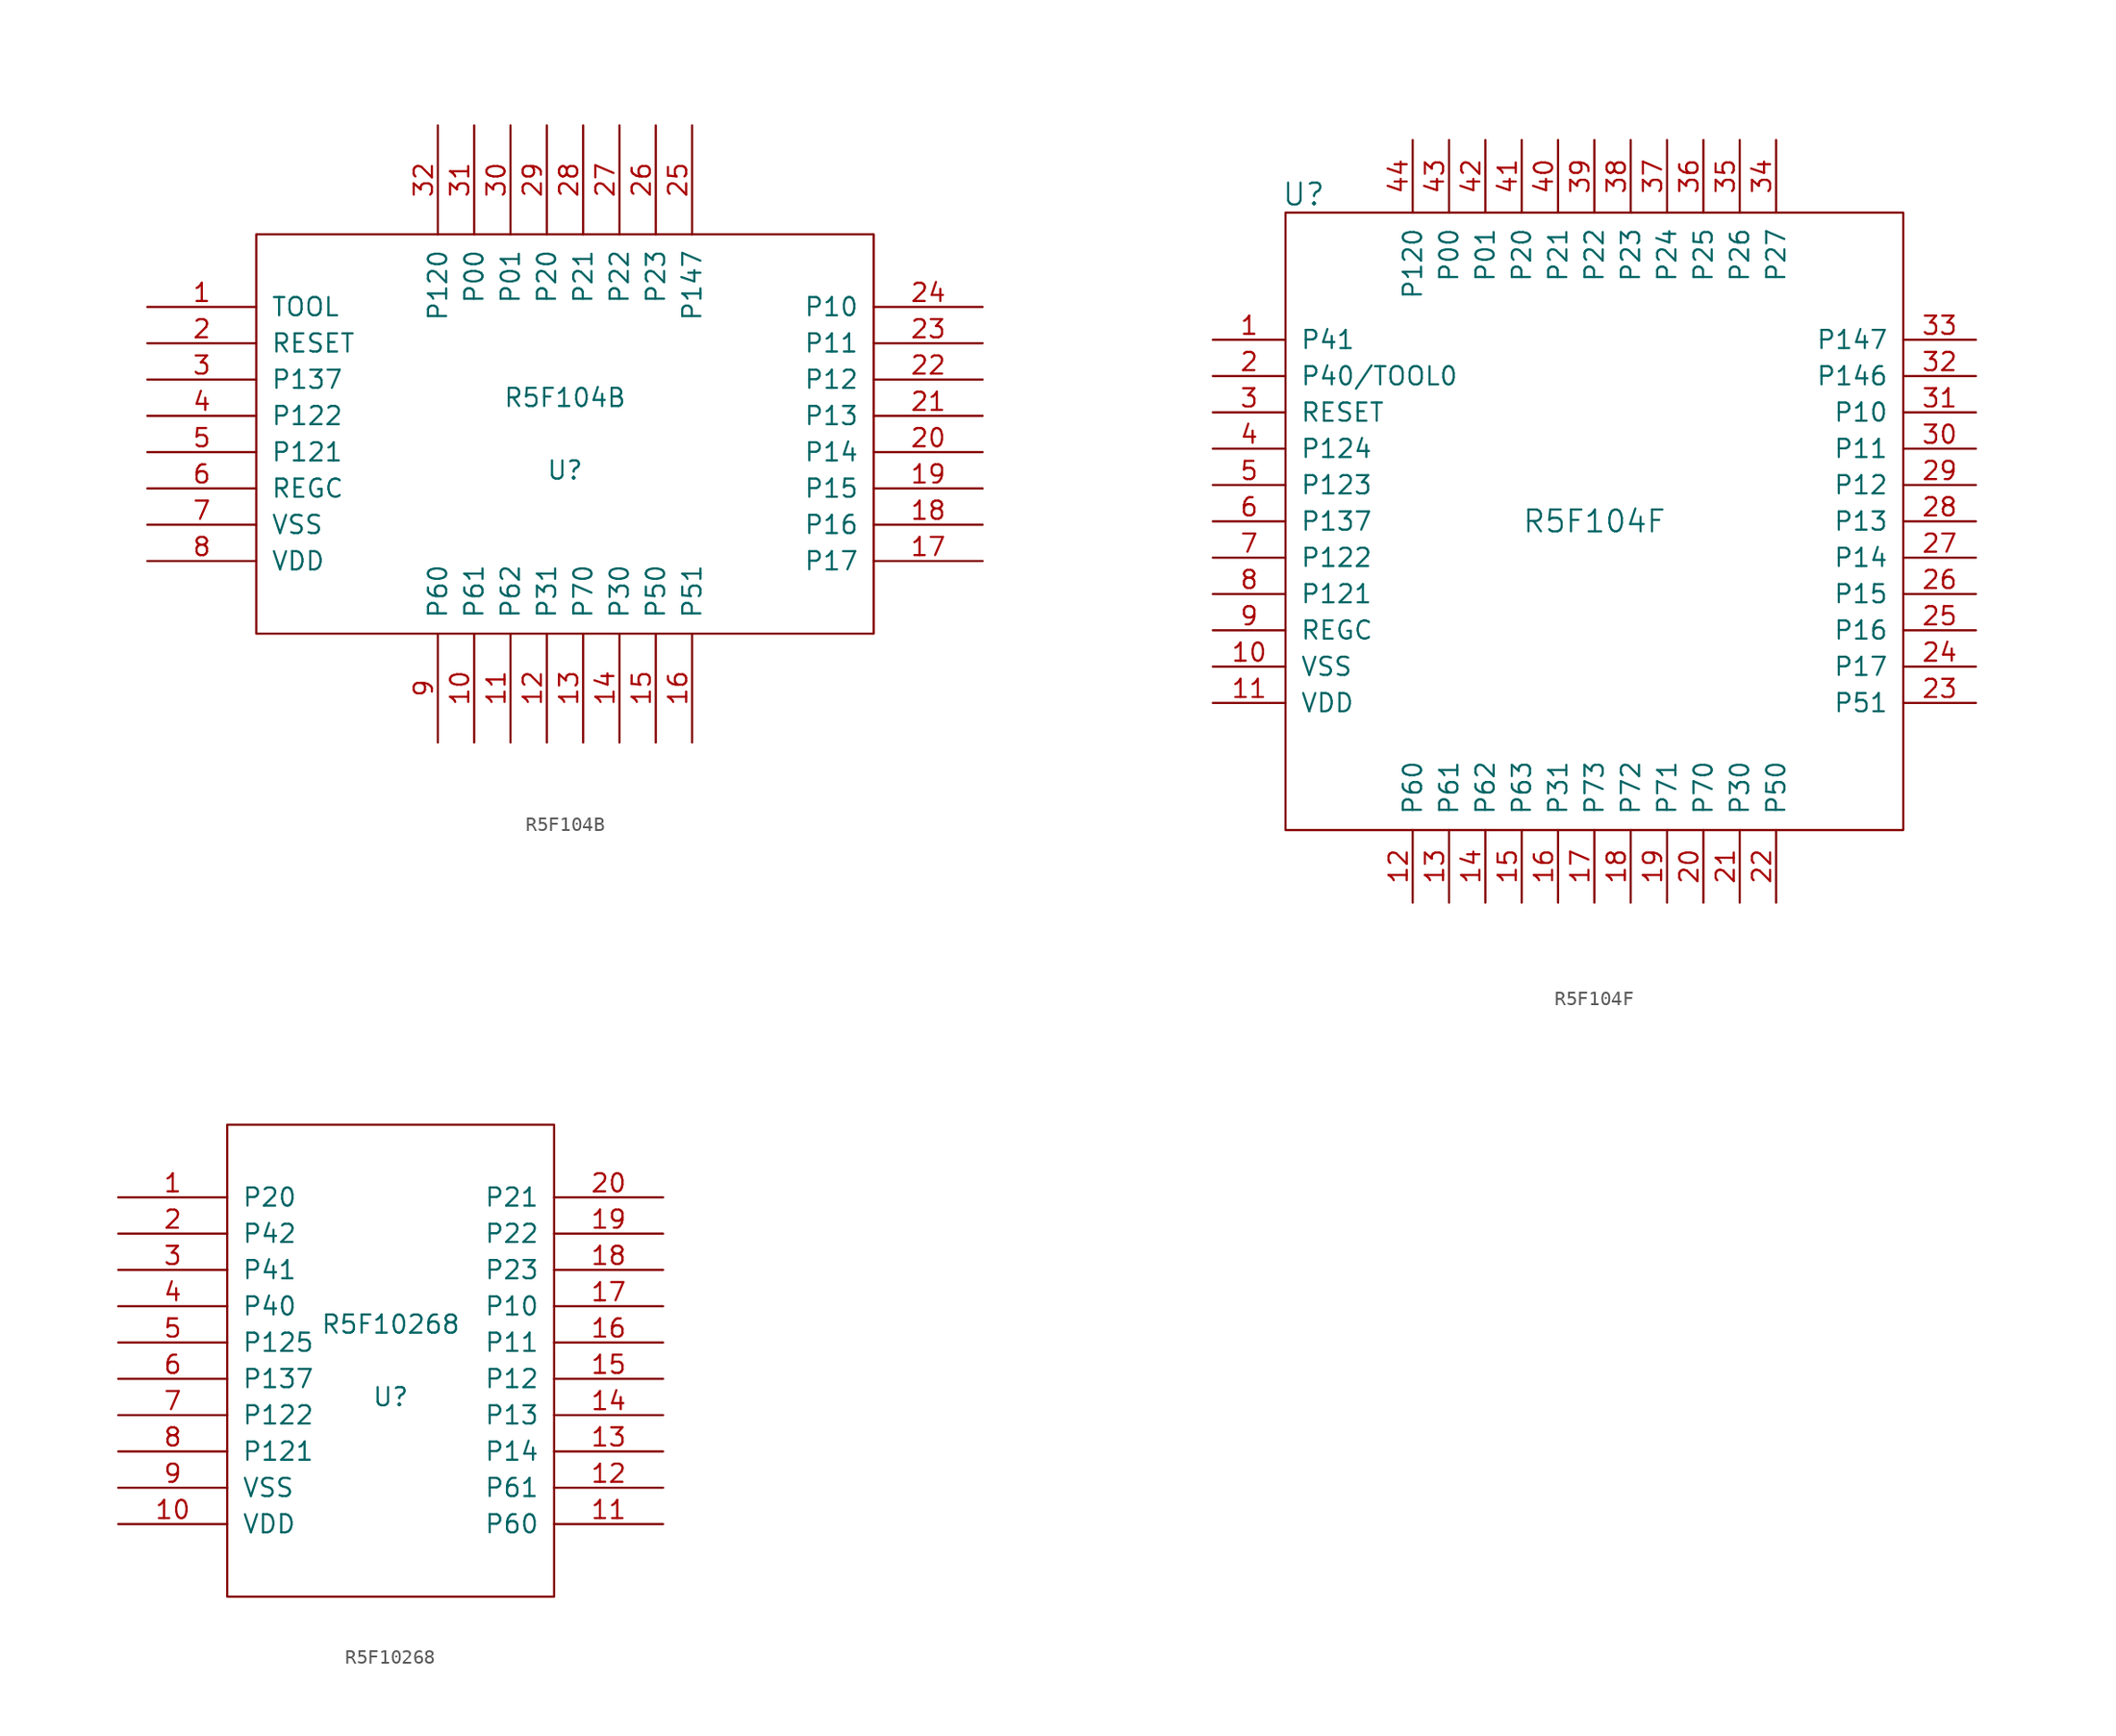
<source format=kicad_sym>
(kicad_symbol_lib
  (version 20211014)
  (generator kicad_symbol_editor)
  (symbol "R5F104B"
    (pin_names
      (offset 1.016))
    (property "Reference" "U"
      (at 0 -2.54 0)
      (effects (font (size 1.27 1.27))))
    (property "Value" "R5F104B"
      (at 0 2.54 0)
      (effects (font (size 1.27 1.27))))
    (symbol "R5F104B_1_0"
      (rectangle (start -21.59 -13.97) (end 21.59 13.97) (stroke (width 0) (type default) (color 0 0 0 0)) (fill (type none))))
    (symbol "R5F104B_1_1"
      (pin input line (at -29.21 8.89 0) (length 7.62) (name "TOOL" (effects (font (size 1.27 1.27)))) (number "1" (effects (font (size 1.27 1.27)))))
      (pin input line (at -6.35 -21.59 90) (length 7.62) (name "P61" (effects (font (size 1.27 1.27)))) (number "10" (effects (font (size 1.27 1.27)))))
      (pin input line (at -3.81 -21.59 90) (length 7.62) (name "P62" (effects (font (size 1.27 1.27)))) (number "11" (effects (font (size 1.27 1.27)))))
      (pin input line (at -1.27 -21.59 90) (length 7.62) (name "P31" (effects (font (size 1.27 1.27)))) (number "12" (effects (font (size 1.27 1.27)))))
      (pin input line (at 1.27 -21.59 90) (length 7.62) (name "P70" (effects (font (size 1.27 1.27)))) (number "13" (effects (font (size 1.27 1.27)))))
      (pin input line (at 3.81 -21.59 90) (length 7.62) (name "P30" (effects (font (size 1.27 1.27)))) (number "14" (effects (font (size 1.27 1.27)))))
      (pin input line (at 6.35 -21.59 90) (length 7.62) (name "P50" (effects (font (size 1.27 1.27)))) (number "15" (effects (font (size 1.27 1.27)))))
      (pin input line (at 8.89 -21.59 90) (length 7.62) (name "P51" (effects (font (size 1.27 1.27)))) (number "16" (effects (font (size 1.27 1.27)))))
      (pin input line (at 29.21 -8.89 180) (length 7.62) (name "P17" (effects (font (size 1.27 1.27)))) (number "17" (effects (font (size 1.27 1.27)))))
      (pin input line (at 29.21 -6.35 180) (length 7.62) (name "P16" (effects (font (size 1.27 1.27)))) (number "18" (effects (font (size 1.27 1.27)))))
      (pin input line (at 29.21 -3.81 180) (length 7.62) (name "P15" (effects (font (size 1.27 1.27)))) (number "19" (effects (font (size 1.27 1.27)))))
      (pin input line (at -29.21 6.35 0) (length 7.62) (name "RESET" (effects (font (size 1.27 1.27)))) (number "2" (effects (font (size 1.27 1.27)))))
      (pin input line (at 29.21 -1.27 180) (length 7.62) (name "P14" (effects (font (size 1.27 1.27)))) (number "20" (effects (font (size 1.27 1.27)))))
      (pin input line (at 29.21 1.27 180) (length 7.62) (name "P13" (effects (font (size 1.27 1.27)))) (number "21" (effects (font (size 1.27 1.27)))))
      (pin input line (at 29.21 3.81 180) (length 7.62) (name "P12" (effects (font (size 1.27 1.27)))) (number "22" (effects (font (size 1.27 1.27)))))
      (pin input line (at 29.21 6.35 180) (length 7.62) (name "P11" (effects (font (size 1.27 1.27)))) (number "23" (effects (font (size 1.27 1.27)))))
      (pin input line (at 29.21 8.89 180) (length 7.62) (name "P10" (effects (font (size 1.27 1.27)))) (number "24" (effects (font (size 1.27 1.27)))))
      (pin input line (at 8.89 21.59 270) (length 7.62) (name "P147" (effects (font (size 1.27 1.27)))) (number "25" (effects (font (size 1.27 1.27)))))
      (pin input line (at 6.35 21.59 270) (length 7.62) (name "P23" (effects (font (size 1.27 1.27)))) (number "26" (effects (font (size 1.27 1.27)))))
      (pin input line (at 3.81 21.59 270) (length 7.62) (name "P22" (effects (font (size 1.27 1.27)))) (number "27" (effects (font (size 1.27 1.27)))))
      (pin input line (at 1.27 21.59 270) (length 7.62) (name "P21" (effects (font (size 1.27 1.27)))) (number "28" (effects (font (size 1.27 1.27)))))
      (pin input line (at -1.27 21.59 270) (length 7.62) (name "P20" (effects (font (size 1.27 1.27)))) (number "29" (effects (font (size 1.27 1.27)))))
      (pin input line (at -29.21 3.81 0) (length 7.62) (name "P137" (effects (font (size 1.27 1.27)))) (number "3" (effects (font (size 1.27 1.27)))))
      (pin input line (at -3.81 21.59 270) (length 7.62) (name "P01" (effects (font (size 1.27 1.27)))) (number "30" (effects (font (size 1.27 1.27)))))
      (pin input line (at -6.35 21.59 270) (length 7.62) (name "P00" (effects (font (size 1.27 1.27)))) (number "31" (effects (font (size 1.27 1.27)))))
      (pin input line (at -8.89 21.59 270) (length 7.62) (name "P120" (effects (font (size 1.27 1.27)))) (number "32" (effects (font (size 1.27 1.27)))))
      (pin input line (at -29.21 1.27 0) (length 7.62) (name "P122" (effects (font (size 1.27 1.27)))) (number "4" (effects (font (size 1.27 1.27)))))
      (pin input line (at -29.21 -1.27 0) (length 7.62) (name "P121" (effects (font (size 1.27 1.27)))) (number "5" (effects (font (size 1.27 1.27)))))
      (pin input line (at -29.21 -3.81 0) (length 7.62) (name "REGC" (effects (font (size 1.27 1.27)))) (number "6" (effects (font (size 1.27 1.27)))))
      (pin input line (at -29.21 -6.35 0) (length 7.62) (name "VSS" (effects (font (size 1.27 1.27)))) (number "7" (effects (font (size 1.27 1.27)))))
      (pin input line (at -29.21 -8.89 0) (length 7.62) (name "VDD" (effects (font (size 1.27 1.27)))) (number "8" (effects (font (size 1.27 1.27)))))
      (pin input line (at -8.89 -21.59 90) (length 7.62) (name "P60" (effects (font (size 1.27 1.27)))) (number "9" (effects (font (size 1.27 1.27)))))))
  (symbol "R5F104F"
    (pin_names
      (offset 1.016))
    (property "Reference" "U"
      (at -20.32 22.86 0)
      (effects (font (size 1.524 1.524))))
    (property "Value" "R5F104F"
      (at 0 0 0)
      (effects (font (size 1.524 1.524))))
    (symbol "R5F104F_0_1"
      (rectangle (start -21.59 21.59) (end 21.59 -21.59) (stroke (width 0) (type default) (color 0 0 0 0)) (fill (type none))))
    (symbol "R5F104F_1_1"
      (pin input line (at -26.67 12.7 0) (length 5.08) (name "P41" (effects (font (size 1.27 1.27)))) (number "1" (effects (font (size 1.27 1.27)))))
      (pin power_in line (at -26.67 -10.16 0) (length 5.08) (name "VSS" (effects (font (size 1.27 1.27)))) (number "10" (effects (font (size 1.27 1.27)))))
      (pin power_in line (at -26.67 -12.7 0) (length 5.08) (name "VDD" (effects (font (size 1.27 1.27)))) (number "11" (effects (font (size 1.27 1.27)))))
      (pin input line (at -12.7 -26.67 90) (length 5.08) (name "P60" (effects (font (size 1.27 1.27)))) (number "12" (effects (font (size 1.27 1.27)))))
      (pin input line (at -10.16 -26.67 90) (length 5.08) (name "P61" (effects (font (size 1.27 1.27)))) (number "13" (effects (font (size 1.27 1.27)))))
      (pin input line (at -7.62 -26.67 90) (length 5.08) (name "P62" (effects (font (size 1.27 1.27)))) (number "14" (effects (font (size 1.27 1.27)))))
      (pin input line (at -5.08 -26.67 90) (length 5.08) (name "P63" (effects (font (size 1.27 1.27)))) (number "15" (effects (font (size 1.27 1.27)))))
      (pin output line (at -2.54 -26.67 90) (length 5.08) (name "P31" (effects (font (size 1.27 1.27)))) (number "16" (effects (font (size 1.27 1.27)))))
      (pin input line (at 0 -26.67 90) (length 5.08) (name "P73" (effects (font (size 1.27 1.27)))) (number "17" (effects (font (size 1.27 1.27)))))
      (pin input line (at 2.54 -26.67 90) (length 5.08) (name "P72" (effects (font (size 1.27 1.27)))) (number "18" (effects (font (size 1.27 1.27)))))
      (pin input line (at 5.08 -26.67 90) (length 5.08) (name "P71" (effects (font (size 1.27 1.27)))) (number "19" (effects (font (size 1.27 1.27)))))
      (pin bidirectional line (at -26.67 10.16 0) (length 5.08) (name "P40/TOOL0" (effects (font (size 1.27 1.27)))) (number "2" (effects (font (size 1.27 1.27)))))
      (pin input line (at 7.62 -26.67 90) (length 5.08) (name "P70" (effects (font (size 1.27 1.27)))) (number "20" (effects (font (size 1.27 1.27)))))
      (pin output line (at 10.16 -26.67 90) (length 5.08) (name "P30" (effects (font (size 1.27 1.27)))) (number "21" (effects (font (size 1.27 1.27)))))
      (pin input line (at 12.7 -26.67 90) (length 5.08) (name "P50" (effects (font (size 1.27 1.27)))) (number "22" (effects (font (size 1.27 1.27)))))
      (pin output line (at 26.67 -12.7 180) (length 5.08) (name "P51" (effects (font (size 1.27 1.27)))) (number "23" (effects (font (size 1.27 1.27)))))
      (pin input line (at 26.67 -10.16 180) (length 5.08) (name "P17" (effects (font (size 1.27 1.27)))) (number "24" (effects (font (size 1.27 1.27)))))
      (pin input line (at 26.67 -7.62 180) (length 5.08) (name "P16" (effects (font (size 1.27 1.27)))) (number "25" (effects (font (size 1.27 1.27)))))
      (pin output line (at 26.67 -5.08 180) (length 5.08) (name "P15" (effects (font (size 1.27 1.27)))) (number "26" (effects (font (size 1.27 1.27)))))
      (pin input line (at 26.67 -2.54 180) (length 5.08) (name "P14" (effects (font (size 1.27 1.27)))) (number "27" (effects (font (size 1.27 1.27)))))
      (pin output line (at 26.67 0 180) (length 5.08) (name "P13" (effects (font (size 1.27 1.27)))) (number "28" (effects (font (size 1.27 1.27)))))
      (pin output line (at 26.67 2.54 180) (length 5.08) (name "P12" (effects (font (size 1.27 1.27)))) (number "29" (effects (font (size 1.27 1.27)))))
      (pin input line (at -26.67 7.62 0) (length 5.08) (name "RESET" (effects (font (size 1.27 1.27)))) (number "3" (effects (font (size 1.27 1.27)))))
      (pin output line (at 26.67 5.08 180) (length 5.08) (name "P11" (effects (font (size 1.27 1.27)))) (number "30" (effects (font (size 1.27 1.27)))))
      (pin output line (at 26.67 7.62 180) (length 5.08) (name "P10" (effects (font (size 1.27 1.27)))) (number "31" (effects (font (size 1.27 1.27)))))
      (pin input line (at 26.67 10.16 180) (length 5.08) (name "P146" (effects (font (size 1.27 1.27)))) (number "32" (effects (font (size 1.27 1.27)))))
      (pin input line (at 26.67 12.7 180) (length 5.08) (name "P147" (effects (font (size 1.27 1.27)))) (number "33" (effects (font (size 1.27 1.27)))))
      (pin input line (at 12.7 26.67 270) (length 5.08) (name "P27" (effects (font (size 1.27 1.27)))) (number "34" (effects (font (size 1.27 1.27)))))
      (pin input line (at 10.16 26.67 270) (length 5.08) (name "P26" (effects (font (size 1.27 1.27)))) (number "35" (effects (font (size 1.27 1.27)))))
      (pin input line (at 7.62 26.67 270) (length 5.08) (name "P25" (effects (font (size 1.27 1.27)))) (number "36" (effects (font (size 1.27 1.27)))))
      (pin input line (at 5.08 26.67 270) (length 5.08) (name "P24" (effects (font (size 1.27 1.27)))) (number "37" (effects (font (size 1.27 1.27)))))
      (pin input line (at 2.54 26.67 270) (length 5.08) (name "P23" (effects (font (size 1.27 1.27)))) (number "38" (effects (font (size 1.27 1.27)))))
      (pin input line (at 0 26.67 270) (length 5.08) (name "P22" (effects (font (size 1.27 1.27)))) (number "39" (effects (font (size 1.27 1.27)))))
      (pin input line (at -26.67 5.08 0) (length 5.08) (name "P124" (effects (font (size 1.27 1.27)))) (number "4" (effects (font (size 1.27 1.27)))))
      (pin input line (at -2.54 26.67 270) (length 5.08) (name "P21" (effects (font (size 1.27 1.27)))) (number "40" (effects (font (size 1.27 1.27)))))
      (pin input line (at -5.08 26.67 270) (length 5.08) (name "P20" (effects (font (size 1.27 1.27)))) (number "41" (effects (font (size 1.27 1.27)))))
      (pin input line (at -7.62 26.67 270) (length 5.08) (name "P01" (effects (font (size 1.27 1.27)))) (number "42" (effects (font (size 1.27 1.27)))))
      (pin output line (at -10.16 26.67 270) (length 5.08) (name "P00" (effects (font (size 1.27 1.27)))) (number "43" (effects (font (size 1.27 1.27)))))
      (pin input line (at -12.7 26.67 270) (length 5.08) (name "P120" (effects (font (size 1.27 1.27)))) (number "44" (effects (font (size 1.27 1.27)))))
      (pin input line (at -26.67 2.54 0) (length 5.08) (name "P123" (effects (font (size 1.27 1.27)))) (number "5" (effects (font (size 1.27 1.27)))))
      (pin input line (at -26.67 0 0) (length 5.08) (name "P137" (effects (font (size 1.27 1.27)))) (number "6" (effects (font (size 1.27 1.27)))))
      (pin input line (at -26.67 -2.54 0) (length 5.08) (name "P122" (effects (font (size 1.27 1.27)))) (number "7" (effects (font (size 1.27 1.27)))))
      (pin input line (at -26.67 -5.08 0) (length 5.08) (name "P121" (effects (font (size 1.27 1.27)))) (number "8" (effects (font (size 1.27 1.27)))))
      (pin input line (at -26.67 -7.62 0) (length 5.08) (name "REGC" (effects (font (size 1.27 1.27)))) (number "9" (effects (font (size 1.27 1.27)))))))
  (symbol "R5F10268"
    (pin_names
      (offset 1.016))
    (property "Reference" "U"
      (at 0 -2.54 0)
      (effects (font (size 1.27 1.27))))
    (property "Value" "R5F10268"
      (at 0 2.54 0)
      (effects (font (size 1.27 1.27))))
    (symbol "R5F10268_1_0"
      (rectangle (start -11.43 -16.51) (end 11.43 16.51) (stroke (width 0) (type default) (color 0 0 0 0)) (fill (type none))))
    (symbol "R5F10268_1_1"
      (pin unspecified line (at -19.05 11.43 0) (length 7.62) (name "P20" (effects (font (size 1.27 1.27)))) (number "1" (effects (font (size 1.27 1.27)))))
      (pin unspecified line (at -19.05 -11.43 0) (length 7.62) (name "VDD" (effects (font (size 1.27 1.27)))) (number "10" (effects (font (size 1.27 1.27)))))
      (pin unspecified line (at 19.05 -11.43 180) (length 7.62) (name "P60" (effects (font (size 1.27 1.27)))) (number "11" (effects (font (size 1.27 1.27)))))
      (pin unspecified line (at 19.05 -8.89 180) (length 7.62) (name "P61" (effects (font (size 1.27 1.27)))) (number "12" (effects (font (size 1.27 1.27)))))
      (pin unspecified line (at 19.05 -6.35 180) (length 7.62) (name "P14" (effects (font (size 1.27 1.27)))) (number "13" (effects (font (size 1.27 1.27)))))
      (pin unspecified line (at 19.05 -3.81 180) (length 7.62) (name "P13" (effects (font (size 1.27 1.27)))) (number "14" (effects (font (size 1.27 1.27)))))
      (pin unspecified line (at 19.05 -1.27 180) (length 7.62) (name "P12" (effects (font (size 1.27 1.27)))) (number "15" (effects (font (size 1.27 1.27)))))
      (pin unspecified line (at 19.05 1.27 180) (length 7.62) (name "P11" (effects (font (size 1.27 1.27)))) (number "16" (effects (font (size 1.27 1.27)))))
      (pin unspecified line (at 19.05 3.81 180) (length 7.62) (name "P10" (effects (font (size 1.27 1.27)))) (number "17" (effects (font (size 1.27 1.27)))))
      (pin unspecified line (at 19.05 6.35 180) (length 7.62) (name "P23" (effects (font (size 1.27 1.27)))) (number "18" (effects (font (size 1.27 1.27)))))
      (pin unspecified line (at 19.05 8.89 180) (length 7.62) (name "P22" (effects (font (size 1.27 1.27)))) (number "19" (effects (font (size 1.27 1.27)))))
      (pin unspecified line (at -19.05 8.89 0) (length 7.62) (name "P42" (effects (font (size 1.27 1.27)))) (number "2" (effects (font (size 1.27 1.27)))))
      (pin unspecified line (at 19.05 11.43 180) (length 7.62) (name "P21" (effects (font (size 1.27 1.27)))) (number "20" (effects (font (size 1.27 1.27)))))
      (pin unspecified line (at -19.05 6.35 0) (length 7.62) (name "P41" (effects (font (size 1.27 1.27)))) (number "3" (effects (font (size 1.27 1.27)))))
      (pin unspecified line (at -19.05 3.81 0) (length 7.62) (name "P40" (effects (font (size 1.27 1.27)))) (number "4" (effects (font (size 1.27 1.27)))))
      (pin unspecified line (at -19.05 1.27 0) (length 7.62) (name "P125" (effects (font (size 1.27 1.27)))) (number "5" (effects (font (size 1.27 1.27)))))
      (pin unspecified line (at -19.05 -1.27 0) (length 7.62) (name "P137" (effects (font (size 1.27 1.27)))) (number "6" (effects (font (size 1.27 1.27)))))
      (pin unspecified line (at -19.05 -3.81 0) (length 7.62) (name "P122" (effects (font (size 1.27 1.27)))) (number "7" (effects (font (size 1.27 1.27)))))
      (pin unspecified line (at -19.05 -6.35 0) (length 7.62) (name "P121" (effects (font (size 1.27 1.27)))) (number "8" (effects (font (size 1.27 1.27)))))
      (pin unspecified line (at -19.05 -8.89 0) (length 7.62) (name "VSS" (effects (font (size 1.27 1.27)))) (number "9" (effects (font (size 1.27 1.27))))))))
</source>
